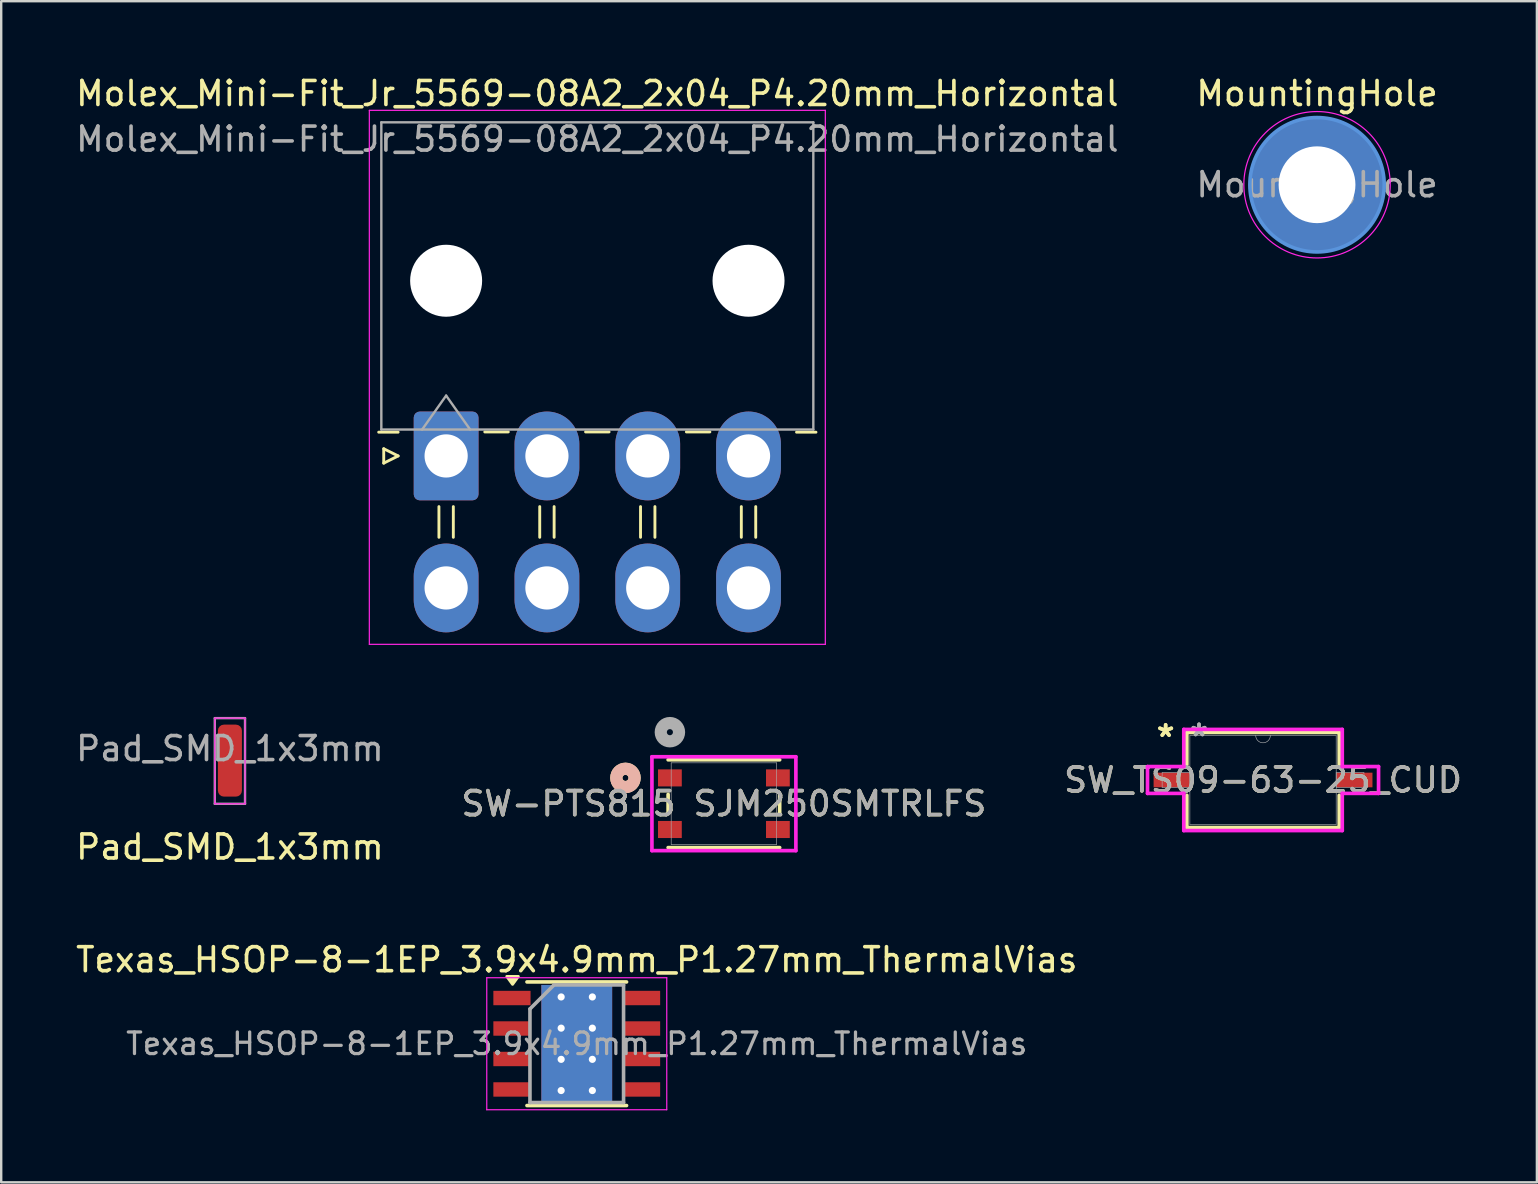
<source format=kicad_pcb>
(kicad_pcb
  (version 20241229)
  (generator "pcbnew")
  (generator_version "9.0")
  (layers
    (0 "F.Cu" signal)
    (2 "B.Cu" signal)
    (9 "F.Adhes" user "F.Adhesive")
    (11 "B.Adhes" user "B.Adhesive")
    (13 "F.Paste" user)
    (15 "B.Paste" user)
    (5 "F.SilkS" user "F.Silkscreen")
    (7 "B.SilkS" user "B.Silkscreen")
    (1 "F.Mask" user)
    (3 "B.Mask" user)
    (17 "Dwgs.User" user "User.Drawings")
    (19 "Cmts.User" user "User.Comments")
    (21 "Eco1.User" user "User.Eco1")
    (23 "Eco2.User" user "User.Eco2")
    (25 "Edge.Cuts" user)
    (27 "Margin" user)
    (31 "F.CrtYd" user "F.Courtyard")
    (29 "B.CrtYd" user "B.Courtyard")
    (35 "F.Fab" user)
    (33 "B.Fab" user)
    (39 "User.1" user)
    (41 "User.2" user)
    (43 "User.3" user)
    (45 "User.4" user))
  (footprint "MountingHole"
    (layer "F.Cu")
    (at 51.827 4.648)
    (property "Reference" "MountingHole" (at 0 -3.8 0) (layer "F.SilkS") (effects (font (size 1 1) (thickness 0.15))))
    (attr exclude_from_pos_files exclude_from_bom)
    (fp_circle (center 0 0) (end 2.8 0) (stroke (width 0.15) (type solid)) (fill no) (layer "Cmts.User"))
    (fp_circle (center 0 0) (end 3.05 0) (stroke (width 0.05) (type solid)) (fill no) (layer "F.CrtYd"))
    (fp_text user "${REFERENCE}" (at 0 0 0) (layer "F.Fab") (effects (font (size 1 1) (thickness 0.15))))
    (pad "1" thru_hole circle (at 0 0) (size 3.6 3.6) (drill 3.2) (layers "*.Cu" "*.Mask"))
    (pad "1" connect circle (at 0 0) (size 5.6 5.6) (layers "F.Cu" "F.Mask"))
    (pad "1" connect circle (at 0 0) (size 5.6 5.6) (layers "B.Cu" "B.Mask")))
  (footprint "Texas_HSOP-8-1EP_3.9x4.9mm_P1.27mm_ThermalVias"
    (layer "F.Cu")
    (at 20.982 40.44)
    (property "Reference" "Texas_HSOP-8-1EP_3.9x4.9mm_P1.27mm_ThermalVias" (at 0 -3.5 0) (layer "F.SilkS") (effects (font (size 1 1) (thickness 0.15))))
    (attr smd)
    (fp_line (start -2.075 -2.575) (end 2.075 -2.575) (stroke (width 0.15) (type solid)) (layer "F.SilkS"))
    (fp_line (start -2.075 2.575) (end 2.075 2.575) (stroke (width 0.15) (type solid)) (layer "F.SilkS"))
    (fp_poly (pts (xy -2.675 -2.475) (xy -2.915 -2.805) (xy -2.435 -2.805) (xy -2.675 -2.475)) (stroke (width 0.12) (type solid)) (fill yes) (layer "F.SilkS"))
    (fp_line (start -3.75 -2.75) (end -3.75 2.75) (stroke (width 0.05) (type solid)) (layer "F.CrtYd"))
    (fp_line (start -3.75 -2.75) (end 3.75 -2.75) (stroke (width 0.05) (type solid)) (layer "F.CrtYd"))
    (fp_line (start -3.75 2.75) (end 3.75 2.75) (stroke (width 0.05) (type solid)) (layer "F.CrtYd"))
    (fp_line (start 3.75 -2.75) (end 3.75 2.75) (stroke (width 0.05) (type solid)) (layer "F.CrtYd"))
    (fp_line (start -1.95 -1.45) (end -0.95 -2.45) (stroke (width 0.15) (type solid)) (layer "F.Fab"))
    (fp_line (start -1.95 2.45) (end -1.95 -1.45) (stroke (width 0.15) (type solid)) (layer "F.Fab"))
    (fp_line (start -0.95 -2.45) (end 1.95 -2.45) (stroke (width 0.15) (type solid)) (layer "F.Fab"))
    (fp_line (start 1.95 -2.45) (end 1.95 2.45) (stroke (width 0.15) (type solid)) (layer "F.Fab"))
    (fp_line (start 1.95 2.45) (end -1.95 2.45) (stroke (width 0.15) (type solid)) (layer "F.Fab"))
    (fp_text user "${REFERENCE}" (at 0 0 0) (layer "F.Fab") (effects (font (size 0.9 0.9) (thickness 0.135))))
    (pad "" smd rect (at 0 0) (size 2.6 3.1) (layers "F.Mask"))
    (pad "" smd rect (at 0 0) (size 2.6 3.1) (layers "F.Paste"))
    (pad "1" smd rect (at -2.7 -1.905) (size 1.55 0.6) (layers "F.Cu" "F.Mask" "F.Paste"))
    (pad "2" smd rect (at -2.7 -0.635) (size 1.55 0.6) (layers "F.Cu" "F.Mask" "F.Paste"))
    (pad "3" smd rect (at -2.7 0.635) (size 1.55 0.6) (layers "F.Cu" "F.Mask" "F.Paste"))
    (pad "4" smd rect (at -2.7 1.905) (size 1.55 0.6) (layers "F.Cu" "F.Mask" "F.Paste"))
    (pad "5" smd rect (at 2.7 1.905) (size 1.55 0.6) (layers "F.Cu" "F.Mask" "F.Paste"))
    (pad "6" smd rect (at 2.7 0.635) (size 1.55 0.6) (layers "F.Cu" "F.Mask" "F.Paste"))
    (pad "7" smd rect (at 2.7 -0.635) (size 1.55 0.6) (layers "F.Cu" "F.Mask" "F.Paste"))
    (pad "8" smd rect (at 2.7 -1.905) (size 1.55 0.6) (layers "F.Cu" "F.Mask" "F.Paste"))
    (pad "9" thru_hole circle (at -0.65 -1.95) (size 0.6 0.6) (drill 0.3) (layers "*.Cu"))
    (pad "9" thru_hole circle (at -0.65 -0.65) (size 0.6 0.6) (drill 0.3) (layers "*.Cu"))
    (pad "9" thru_hole circle (at -0.65 0.65) (size 0.6 0.6) (drill 0.3) (layers "*.Cu"))
    (pad "9" thru_hole circle (at -0.65 1.95) (size 0.6 0.6) (drill 0.3) (layers "*.Cu"))
    (pad "9" smd rect (at 0 0) (size 2.95 4.9) (layers "F.Cu"))
    (pad "9" smd rect (at 0 0) (size 2.95 4.9) (layers "B.Cu"))
    (pad "9" thru_hole circle (at 0.65 -1.95) (size 0.6 0.6) (drill 0.3) (layers "*.Cu"))
    (pad "9" thru_hole circle (at 0.65 -0.65) (size 0.6 0.6) (drill 0.3) (layers "*.Cu"))
    (pad "9" thru_hole circle (at 0.65 0.65) (size 0.6 0.6) (drill 0.3) (layers "*.Cu"))
    (pad "9" thru_hole circle (at 0.65 1.95) (size 0.6 0.6) (drill 0.3) (layers "*.Cu")))
  (footprint "SW_TS09-63-25_CUD"
    (layer "F.Cu")
    (at 49.577 29.45)
    (property "Reference" "SW_TS09-63-25_CUD" (at 0 0 0) (unlocked yes) (layer "F.SilkS") (effects (font (size 1 1) (thickness 0.15))))
    (attr smd)
    (fp_line (start -3.175 -1.981) (end -3.175 -0.638) (stroke (width 0.152) (type solid)) (layer "F.SilkS"))
    (fp_line (start -3.175 0.638) (end -3.175 1.981) (stroke (width 0.152) (type solid)) (layer "F.SilkS"))
    (fp_line (start -3.175 1.981) (end 3.175 1.981) (stroke (width 0.152) (type solid)) (layer "F.SilkS"))
    (fp_line (start 3.175 -1.981) (end -3.175 -1.981) (stroke (width 0.152) (type solid)) (layer "F.SilkS"))
    (fp_line (start 3.175 -0.638) (end 3.175 -1.981) (stroke (width 0.152) (type solid)) (layer "F.SilkS"))
    (fp_line (start 3.175 1.981) (end 3.175 0.638) (stroke (width 0.152) (type solid)) (layer "F.SilkS"))
    (fp_line (start -4.813 -0.559) (end -3.302 -0.559) (stroke (width 0.152) (type solid)) (layer "F.CrtYd"))
    (fp_line (start -4.813 0.559) (end -4.813 -0.559) (stroke (width 0.152) (type solid)) (layer "F.CrtYd"))
    (fp_line (start -4.813 0.559) (end -3.302 0.559) (stroke (width 0.152) (type solid)) (layer "F.CrtYd"))
    (fp_line (start -3.302 -2.108) (end 3.302 -2.108) (stroke (width 0.152) (type solid)) (layer "F.CrtYd"))
    (fp_line (start -3.302 -0.559) (end -3.302 -2.108) (stroke (width 0.152) (type solid)) (layer "F.CrtYd"))
    (fp_line (start -3.302 2.108) (end -3.302 0.559) (stroke (width 0.152) (type solid)) (layer "F.CrtYd"))
    (fp_line (start 3.302 -2.108) (end 3.302 -0.559) (stroke (width 0.152) (type solid)) (layer "F.CrtYd"))
    (fp_line (start 3.302 0.559) (end 3.302 2.108) (stroke (width 0.152) (type solid)) (layer "F.CrtYd"))
    (fp_line (start 3.302 2.108) (end -3.302 2.108) (stroke (width 0.152) (type solid)) (layer "F.CrtYd"))
    (fp_line (start 4.813 -0.559) (end 3.302 -0.559) (stroke (width 0.152) (type solid)) (layer "F.CrtYd"))
    (fp_line (start 4.813 -0.559) (end 4.813 0.559) (stroke (width 0.152) (type solid)) (layer "F.CrtYd"))
    (fp_line (start 4.813 0.559) (end 3.302 0.559) (stroke (width 0.152) (type solid)) (layer "F.CrtYd"))
    (fp_line (start -4.204 -0.305) (end -4.204 0.305) (stroke (width 0.025) (type solid)) (layer "F.Fab"))
    (fp_line (start -4.204 0.305) (end -3.048 0.305) (stroke (width 0.025) (type solid)) (layer "F.Fab"))
    (fp_line (start -3.048 -1.854) (end -3.048 1.854) (stroke (width 0.025) (type solid)) (layer "F.Fab"))
    (fp_line (start -3.048 -0.305) (end -4.204 -0.305) (stroke (width 0.025) (type solid)) (layer "F.Fab"))
    (fp_line (start -3.048 0.305) (end -3.048 -0.305) (stroke (width 0.025) (type solid)) (layer "F.Fab"))
    (fp_line (start -3.048 1.854) (end 3.048 1.854) (stroke (width 0.025) (type solid)) (layer "F.Fab"))
    (fp_line (start 3.048 -1.854) (end -3.048 -1.854) (stroke (width 0.025) (type solid)) (layer "F.Fab"))
    (fp_line (start 3.048 -0.305) (end 3.048 0.305) (stroke (width 0.025) (type solid)) (layer "F.Fab"))
    (fp_line (start 3.048 0.305) (end 4.204 0.305) (stroke (width 0.025) (type solid)) (layer "F.Fab"))
    (fp_line (start 3.048 1.854) (end 3.048 -1.854) (stroke (width 0.025) (type solid)) (layer "F.Fab"))
    (fp_line (start 4.204 -0.305) (end 3.048 -0.305) (stroke (width 0.025) (type solid)) (layer "F.Fab"))
    (fp_line (start 4.204 0.305) (end 4.204 -0.305) (stroke (width 0.025) (type solid)) (layer "F.Fab"))
    (fp_arc (start 0.3048 -1.8542) (mid 0 -1.5494) (end -0.3048 -1.8542) (stroke (width 0.0254) (type solid)) (layer "F.Fab"))
    (fp_text user "*" (at -4.058 -1.753 0) (unlocked yes) (layer "F.SilkS") (effects (font (size 1 1) (thickness 0.15))))
    (fp_text user "*" (at -4.058 -1.753 0) (layer "F.SilkS") (effects (font (size 1 1) (thickness 0.15))))
    (fp_text user "${REFERENCE}" (at 0 0 0) (unlocked yes) (layer "F.Fab") (effects (font (size 1 1) (thickness 0.15))))
    (fp_text user "*" (at -2.667 -1.778 0) (layer "F.Fab") (effects (font (size 1 1) (thickness 0.15))))
    (fp_text user "*" (at -2.667 -1.778 0) (unlocked yes) (layer "F.Fab") (effects (font (size 1 1) (thickness 0.15))))
    (pad "1" smd rect (at -3.804 0) (size 1.511 0.61) (layers "F.Cu" "F.Mask" "F.Paste"))
    (pad "2" smd rect (at 3.804 0) (size 1.511 0.61) (layers "F.Cu" "F.Mask" "F.Paste")))
  (footprint "SW-PTS815 SJM250SMTRLFS"
    (layer "F.Cu")
    (at 27.113 30.438)
    (property "Reference" "SW-PTS815 SJM250SMTRLFS" (at 0 0 0) (unlocked yes) (layer "F.SilkS") (effects (font (size 1 1) (thickness 0.15))))
    (attr smd)
    (fp_line (start -2.324 -0.387) (end -2.324 0.387) (stroke (width 0.152) (type solid)) (layer "F.SilkS"))
    (fp_line (start -2.324 1.829) (end 2.324 1.829) (stroke (width 0.152) (type solid)) (layer "F.SilkS"))
    (fp_line (start 2.324 -1.829) (end -2.324 -1.829) (stroke (width 0.152) (type solid)) (layer "F.SilkS"))
    (fp_line (start 2.324 0.387) (end 2.324 -0.387) (stroke (width 0.152) (type solid)) (layer "F.SilkS"))
    (fp_circle (center -4.102 -1.075) (end -3.721 -1.075) (stroke (width 0.508) (type solid)) (fill no) (layer "F.SilkS"))
    (fp_circle (center -4.102 -1.075) (end -3.721 -1.075) (stroke (width 0.508) (type solid)) (fill no) (layer "B.SilkS"))
    (fp_line (start -2.999 -1.956) (end -2.999 1.956) (stroke (width 0.152) (type solid)) (layer "F.CrtYd"))
    (fp_line (start -2.999 1.956) (end 2.999 1.956) (stroke (width 0.152) (type solid)) (layer "F.CrtYd"))
    (fp_line (start 2.999 -1.956) (end -2.999 -1.956) (stroke (width 0.152) (type solid)) (layer "F.CrtYd"))
    (fp_line (start 2.999 1.956) (end 2.999 -1.956) (stroke (width 0.152) (type solid)) (layer "F.CrtYd"))
    (fp_line (start -2.197 -1.702) (end -2.197 1.702) (stroke (width 0.025) (type solid)) (layer "F.Fab"))
    (fp_line (start -2.197 1.702) (end 2.197 1.702) (stroke (width 0.025) (type solid)) (layer "F.Fab"))
    (fp_line (start 2.197 -1.702) (end -2.197 -1.702) (stroke (width 0.025) (type solid)) (layer "F.Fab"))
    (fp_line (start 2.197 1.702) (end 2.197 -1.702) (stroke (width 0.025) (type solid)) (layer "F.Fab"))
    (fp_circle (center -2.25 -2.98) (end -1.869 -2.98) (stroke (width 0.508) (type solid)) (fill no) (layer "F.Fab"))
    (fp_text user "${REFERENCE}" (at 0 0 0) (unlocked yes) (layer "F.Fab") (effects (font (size 1 1) (thickness 0.15))))
    (pad "1" smd rect (at -2.25 -1.075) (size 0.991 0.711) (layers "F.Cu" "F.Mask" "F.Paste"))
    (pad "2" smd rect (at 2.25 -1.075) (size 0.991 0.711) (layers "F.Cu" "F.Mask" "F.Paste"))
    (pad "3" smd rect (at -2.25 1.075) (size 0.991 0.711) (layers "F.Cu" "F.Mask" "F.Paste"))
    (pad "4" smd rect (at 2.25 1.075) (size 0.991 0.711) (layers "F.Cu" "F.Mask" "F.Paste")))
  (footprint "Molex_Mini-Fit_Jr_5569-08A2_2x04_P4.20mm_Horizontal"
    (layer "F.Cu")
    (at 15.539 15.948)
    (property "Reference" "Molex_Mini-Fit_Jr_5569-08A2_2x04_P4.20mm_Horizontal" (at 6.3 -15.1 0) (layer "F.SilkS") (effects (font (size 1 1) (thickness 0.15))))
    (attr through_hole)
    (fp_line (start -2.6 -0.3) (end -2 0) (stroke (width 0.12) (type solid)) (layer "F.SilkS"))
    (fp_line (start -2.6 0.3) (end -2.6 -0.3) (stroke (width 0.12) (type solid)) (layer "F.SilkS"))
    (fp_line (start -2 -0.99) (end -2.81 -0.99) (stroke (width 0.12) (type solid)) (layer "F.SilkS"))
    (fp_line (start -2 0) (end -2.6 0.3) (stroke (width 0.12) (type solid)) (layer "F.SilkS"))
    (fp_line (start -0.3 2.11) (end -0.3 3.39) (stroke (width 0.12) (type solid)) (layer "F.SilkS"))
    (fp_line (start 0.3 2.11) (end 0.3 3.39) (stroke (width 0.12) (type solid)) (layer "F.SilkS"))
    (fp_line (start 1.61 -1) (end 2.59 -1) (stroke (width 0.12) (type solid)) (layer "F.SilkS"))
    (fp_line (start 3.9 2.11) (end 3.9 3.39) (stroke (width 0.12) (type solid)) (layer "F.SilkS"))
    (fp_line (start 4.5 2.11) (end 4.5 3.39) (stroke (width 0.12) (type solid)) (layer "F.SilkS"))
    (fp_line (start 5.81 -1) (end 6.79 -1) (stroke (width 0.12) (type solid)) (layer "F.SilkS"))
    (fp_line (start 8.1 2.11) (end 8.1 3.39) (stroke (width 0.12) (type solid)) (layer "F.SilkS"))
    (fp_line (start 8.7 2.11) (end 8.7 3.39) (stroke (width 0.12) (type solid)) (layer "F.SilkS"))
    (fp_line (start 10.01 -1) (end 10.99 -1) (stroke (width 0.12) (type solid)) (layer "F.SilkS"))
    (fp_line (start 12.3 2.11) (end 12.3 3.39) (stroke (width 0.12) (type solid)) (layer "F.SilkS"))
    (fp_line (start 12.9 2.11) (end 12.9 3.39) (stroke (width 0.12) (type solid)) (layer "F.SilkS"))
    (fp_line (start 14.6 -0.99) (end 15.41 -0.99) (stroke (width 0.12) (type solid)) (layer "F.SilkS"))
    (fp_line (start -3.2 -14.4) (end -3.2 7.85) (stroke (width 0.05) (type solid)) (layer "F.CrtYd"))
    (fp_line (start -3.2 7.85) (end 15.8 7.85) (stroke (width 0.05) (type solid)) (layer "F.CrtYd"))
    (fp_line (start 15.8 -14.4) (end -3.2 -14.4) (stroke (width 0.05) (type solid)) (layer "F.CrtYd"))
    (fp_line (start 15.8 7.85) (end 15.8 -14.4) (stroke (width 0.05) (type solid)) (layer "F.CrtYd"))
    (fp_line (start -2.7 -13.9) (end -2.7 -1.1) (stroke (width 0.1) (type solid)) (layer "F.Fab"))
    (fp_line (start -2.7 -1.1) (end 15.3 -1.1) (stroke (width 0.1) (type solid)) (layer "F.Fab"))
    (fp_line (start -1 -1.1) (end 0 -2.514) (stroke (width 0.1) (type solid)) (layer "F.Fab"))
    (fp_line (start 0 -2.514) (end 1 -1.1) (stroke (width 0.1) (type solid)) (layer "F.Fab"))
    (fp_line (start 15.3 -13.9) (end -2.7 -13.9) (stroke (width 0.1) (type solid)) (layer "F.Fab"))
    (fp_line (start 15.3 -1.1) (end 15.3 -13.9) (stroke (width 0.1) (type solid)) (layer "F.Fab"))
    (fp_text user "${REFERENCE}" (at 6.3 -13.2 0) (layer "F.Fab") (effects (font (size 1 1) (thickness 0.15))))
    (pad "" np_thru_hole circle (at 0 -7.3) (size 3 3) (drill 3) (layers "*.Cu" "*.Mask"))
    (pad "" np_thru_hole circle (at 12.6 -7.3) (size 3 3) (drill 3) (layers "*.Cu" "*.Mask"))
    (pad "1" thru_hole roundrect (at 0 0) (size 2.7 3.7) (drill 1.8) (layers "*.Cu" "*.Mask") (roundrect_rratio 0.093))
    (pad "2" thru_hole oval (at 4.2 0) (size 2.7 3.7) (drill 1.8) (layers "*.Cu" "*.Mask"))
    (pad "3" thru_hole oval (at 8.4 0) (size 2.7 3.7) (drill 1.8) (layers "*.Cu" "*.Mask"))
    (pad "4" thru_hole oval (at 12.6 0) (size 2.7 3.7) (drill 1.8) (layers "*.Cu" "*.Mask"))
    (pad "5" thru_hole oval (at 0 5.5) (size 2.7 3.7) (drill 1.8) (layers "*.Cu" "*.Mask"))
    (pad "6" thru_hole oval (at 4.2 5.5) (size 2.7 3.7) (drill 1.8) (layers "*.Cu" "*.Mask"))
    (pad "7" thru_hole oval (at 8.4 5.5) (size 2.7 3.7) (drill 1.8) (layers "*.Cu" "*.Mask"))
    (pad "8" thru_hole oval (at 12.6 5.5) (size 2.7 3.7) (drill 1.8) (layers "*.Cu" "*.Mask")))
  (footprint "Pad_SMD_1x3mm"
    (layer "F.Cu")
    (at 6.53 28.143)
    (property "Reference" "Pad_SMD_1x3mm" (at 0 4.1 0) (layer "F.SilkS") (effects (font (size 1 1) (thickness 0.15))))
    (attr exclude_from_pos_files)
    (fp_line (start -0.63 -1.27) (end -0.63 2.3) (stroke (width 0.05) (type solid)) (layer "F.CrtYd"))
    (fp_line (start -0.63 2.3) (end 0.63 2.3) (stroke (width 0.05) (type solid)) (layer "F.CrtYd"))
    (fp_line (start 0.63 -1.27) (end -0.63 -1.27) (stroke (width 0.05) (type solid)) (layer "F.CrtYd"))
    (fp_line (start 0.63 2.3) (end 0.63 -1.27) (stroke (width 0.05) (type solid)) (layer "F.CrtYd"))
    (fp_line (start -0.63 -1.27) (end 0.63 -1.27) (stroke (width 0.1) (type solid)) (layer "F.Fab"))
    (fp_line (start -0.63 2.3) (end -0.63 -1.27) (stroke (width 0.1) (type solid)) (layer "F.Fab"))
    (fp_line (start 0.63 -1.27) (end 0.63 2.3) (stroke (width 0.1) (type solid)) (layer "F.Fab"))
    (fp_line (start 0.63 2.3) (end -0.63 2.3) (stroke (width 0.1) (type solid)) (layer "F.Fab"))
    (fp_text user "${REFERENCE}" (at 0 0 0) (layer "F.Fab") (effects (font (size 1 1) (thickness 0.15))))
    (pad "1" smd roundrect (at 0 0.5) (size 1 3) (layers "F.Cu" "F.Mask" "F.Paste") (roundrect_rratio 0.25)))
  (gr_rect
    (start -3 -3)
    (end 60.988 46.215)
    (stroke (width 0.1) (type default))
    (fill no)
    (layer "Edge.Cuts")))
</source>
